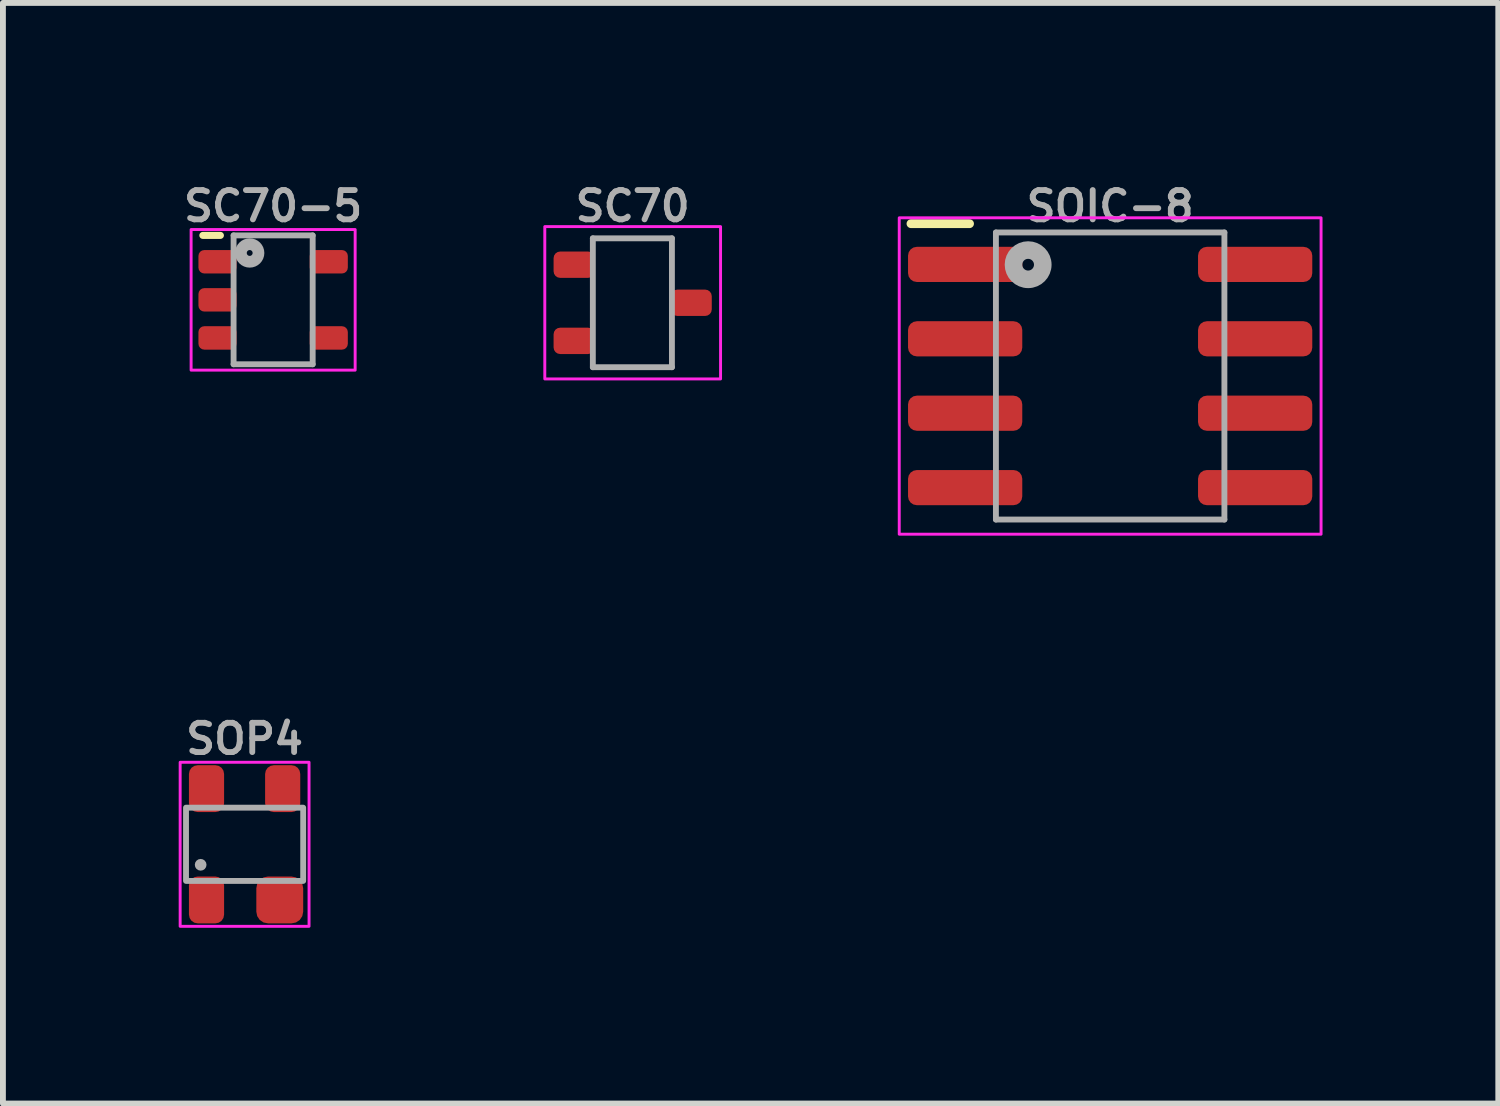
<source format=kicad_pcb>
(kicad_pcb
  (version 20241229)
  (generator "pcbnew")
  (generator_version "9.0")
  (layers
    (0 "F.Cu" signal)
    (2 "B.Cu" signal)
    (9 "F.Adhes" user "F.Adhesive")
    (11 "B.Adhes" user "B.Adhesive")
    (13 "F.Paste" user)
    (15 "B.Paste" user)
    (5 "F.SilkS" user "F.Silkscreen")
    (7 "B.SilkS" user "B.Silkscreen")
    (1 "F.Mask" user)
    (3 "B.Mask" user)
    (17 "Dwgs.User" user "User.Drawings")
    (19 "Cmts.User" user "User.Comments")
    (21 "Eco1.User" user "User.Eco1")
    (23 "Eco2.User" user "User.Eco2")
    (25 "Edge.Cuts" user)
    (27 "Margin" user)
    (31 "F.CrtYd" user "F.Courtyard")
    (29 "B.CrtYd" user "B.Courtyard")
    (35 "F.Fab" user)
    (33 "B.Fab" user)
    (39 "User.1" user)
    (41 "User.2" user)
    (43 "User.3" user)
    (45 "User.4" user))
  (footprint "SOIC-8"
    (layer "F.Cu")
    (at 15.899 3.368)
    (property "Reference" "SOIC-8" (at 0 -2.9 0) (layer "F.Fab") (effects (font (size 0.5 0.5) (thickness 0.1))))
    (attr smd)
    (fp_line (start -3.4 -2.6) (end -2.4 -2.6) (stroke (width 0.15) (type solid)) (layer "F.SilkS"))
    (fp_rect (start -3.6 -2.7) (end 3.6 2.7) (stroke (width 0.05) (type solid)) (fill no) (layer "F.CrtYd"))
    (fp_line (start -1.95 -2.45) (end 1.95 -2.45) (stroke (width 0.1) (type solid)) (layer "F.Fab"))
    (fp_line (start -1.95 2.45) (end -1.95 -2.45) (stroke (width 0.1) (type solid)) (layer "F.Fab"))
    (fp_line (start 1.95 -2.45) (end 1.95 2.45) (stroke (width 0.1) (type solid)) (layer "F.Fab"))
    (fp_line (start 1.95 2.45) (end -1.95 2.45) (stroke (width 0.1) (type solid)) (layer "F.Fab"))
    (fp_circle (center -1.4 -1.9) (end -1.3 -1.9) (stroke (width 0.3) (type solid)) (fill no) (layer "F.Fab"))
    (pad "1" smd roundrect (at -2.475 -1.905) (size 1.95 0.6) (layers "F.Cu" "F.Mask" "F.Paste") (roundrect_rratio 0.25))
    (pad "2" smd roundrect (at -2.475 -0.635) (size 1.95 0.6) (layers "F.Cu" "F.Mask" "F.Paste") (roundrect_rratio 0.25))
    (pad "3" smd roundrect (at -2.475 0.635) (size 1.95 0.6) (layers "F.Cu" "F.Mask" "F.Paste") (roundrect_rratio 0.25))
    (pad "4" smd roundrect (at -2.475 1.905) (size 1.95 0.6) (layers "F.Cu" "F.Mask" "F.Paste") (roundrect_rratio 0.25))
    (pad "5" smd roundrect (at 2.475 1.905) (size 1.95 0.6) (layers "F.Cu" "F.Mask" "F.Paste") (roundrect_rratio 0.25))
    (pad "6" smd roundrect (at 2.475 0.635) (size 1.95 0.6) (layers "F.Cu" "F.Mask" "F.Paste") (roundrect_rratio 0.25))
    (pad "7" smd roundrect (at 2.475 -0.635) (size 1.95 0.6) (layers "F.Cu" "F.Mask" "F.Paste") (roundrect_rratio 0.25))
    (pad "8" smd roundrect (at 2.475 -1.905) (size 1.95 0.6) (layers "F.Cu" "F.Mask" "F.Paste") (roundrect_rratio 0.25)))
  (footprint "SOP4"
    (layer "F.Cu")
    (at 1.125 11.361)
    (property "Reference" "SOP4" (at 0 -1.8 0) (unlocked yes) (layer "F.Fab") (effects (font (size 0.5 0.5) (thickness 0.1))))
    (attr smd)
    (fp_rect (start -1.1 -1.4) (end 1.1 1.4) (stroke (width 0.05) (type solid)) (fill no) (layer "F.CrtYd"))
    (fp_rect (start -1 0.625) (end 1 -0.625) (stroke (width 0.1) (type solid)) (fill no) (layer "F.Fab"))
    (fp_circle (center -0.75 0.35) (end -0.7 0.35) (stroke (width 0.1) (type solid)) (fill no) (layer "F.Fab"))
    (pad "1" smd roundrect (at -0.65 0.95 90) (size 0.8 0.6) (layers "F.Cu" "F.Mask" "F.Paste") (roundrect_rratio 0.25))
    (pad "2" smd roundrect (at 0.6 0.95 90) (size 0.8 0.8) (layers "F.Cu" "F.Mask" "F.Paste") (roundrect_rratio 0.25))
    (pad "3" smd roundrect (at 0.65 -0.95 90) (size 0.8 0.6) (layers "F.Cu" "F.Mask" "F.Paste") (roundrect_rratio 0.25))
    (pad "4" smd roundrect (at -0.65 -0.95 90) (size 0.8 0.6) (layers "F.Cu" "F.Mask" "F.Paste") (roundrect_rratio 0.25)))
  (footprint "SC70-5"
    (layer "F.Cu")
    (at 1.612 2.068)
    (property "Reference" "SC70-5" (at 0 -1.6 0) (layer "F.Fab") (effects (font (size 0.5 0.5) (thickness 0.1))))
    (attr smd)
    (fp_line (start -1.2 -1.1) (end -0.9 -1.1) (stroke (width 0.12) (type solid)) (layer "F.SilkS"))
    (fp_rect (start -1.4 -1.2) (end 1.4 1.2) (stroke (width 0.05) (type solid)) (fill no) (layer "F.CrtYd"))
    (fp_line (start -0.675 -1.1) (end -0.675 1.1) (stroke (width 0.1) (type solid)) (layer "F.Fab"))
    (fp_line (start 0.675 -1.1) (end -0.675 -1.1) (stroke (width 0.1) (type solid)) (layer "F.Fab"))
    (fp_line (start 0.675 -1.1) (end 0.675 1.1) (stroke (width 0.1) (type solid)) (layer "F.Fab"))
    (fp_line (start 0.675 1.1) (end -0.675 1.1) (stroke (width 0.1) (type solid)) (layer "F.Fab"))
    (fp_circle (center -0.4 -0.8) (end -0.35 -0.8) (stroke (width 0.2) (type solid)) (fill no) (layer "F.Fab"))
    (pad "1" smd roundrect (at -0.95 -0.65) (size 0.65 0.4) (layers "F.Cu" "F.Mask" "F.Paste") (roundrect_rratio 0.25))
    (pad "2" smd roundrect (at -0.95 0) (size 0.65 0.4) (layers "F.Cu" "F.Mask" "F.Paste") (roundrect_rratio 0.25))
    (pad "3" smd roundrect (at -0.95 0.65) (size 0.65 0.4) (layers "F.Cu" "F.Mask" "F.Paste") (roundrect_rratio 0.25))
    (pad "4" smd roundrect (at 0.95 0.65) (size 0.65 0.4) (layers "F.Cu" "F.Mask" "F.Paste") (roundrect_rratio 0.25))
    (pad "5" smd roundrect (at 0.95 -0.65) (size 0.65 0.4) (layers "F.Cu" "F.Mask" "F.Paste") (roundrect_rratio 0.25)))
  (footprint "SC70"
    (layer "F.Cu")
    (at 7.749 2.118)
    (property "Reference" "SC70" (at 0 -1.65 0) (layer "F.Fab") (effects (font (size 0.5 0.5) (thickness 0.1))))
    (attr smd)
    (fp_rect (start -1.5 -1.3) (end 1.5 1.3) (stroke (width 0.05) (type solid)) (fill no) (layer "F.CrtYd"))
    (fp_line (start -0.68 -1.1) (end -0.68 1.1) (stroke (width 0.1) (type solid)) (layer "F.Fab"))
    (fp_line (start 0.67 -1.1) (end -0.68 -1.1) (stroke (width 0.1) (type solid)) (layer "F.Fab"))
    (fp_line (start 0.67 -1.1) (end 0.67 1.1) (stroke (width 0.1) (type solid)) (layer "F.Fab"))
    (fp_line (start 0.67 1.1) (end -0.68 1.1) (stroke (width 0.1) (type solid)) (layer "F.Fab"))
    (pad "1" smd roundrect (at -1 -0.65 270) (size 0.45 0.7) (layers "F.Cu" "F.Mask" "F.Paste") (roundrect_rratio 0.25))
    (pad "2" smd roundrect (at -1 0.65 270) (size 0.45 0.7) (layers "F.Cu" "F.Mask" "F.Paste") (roundrect_rratio 0.25))
    (pad "3" smd roundrect (at 1 0 270) (size 0.45 0.7) (layers "F.Cu" "F.Mask" "F.Paste") (roundrect_rratio 0.25)))
  (gr_rect
    (start -3 -3)
    (end 22.524 15.786)
    (stroke (width 0.1) (type default))
    (fill no)
    (layer "Edge.Cuts")))
</source>
